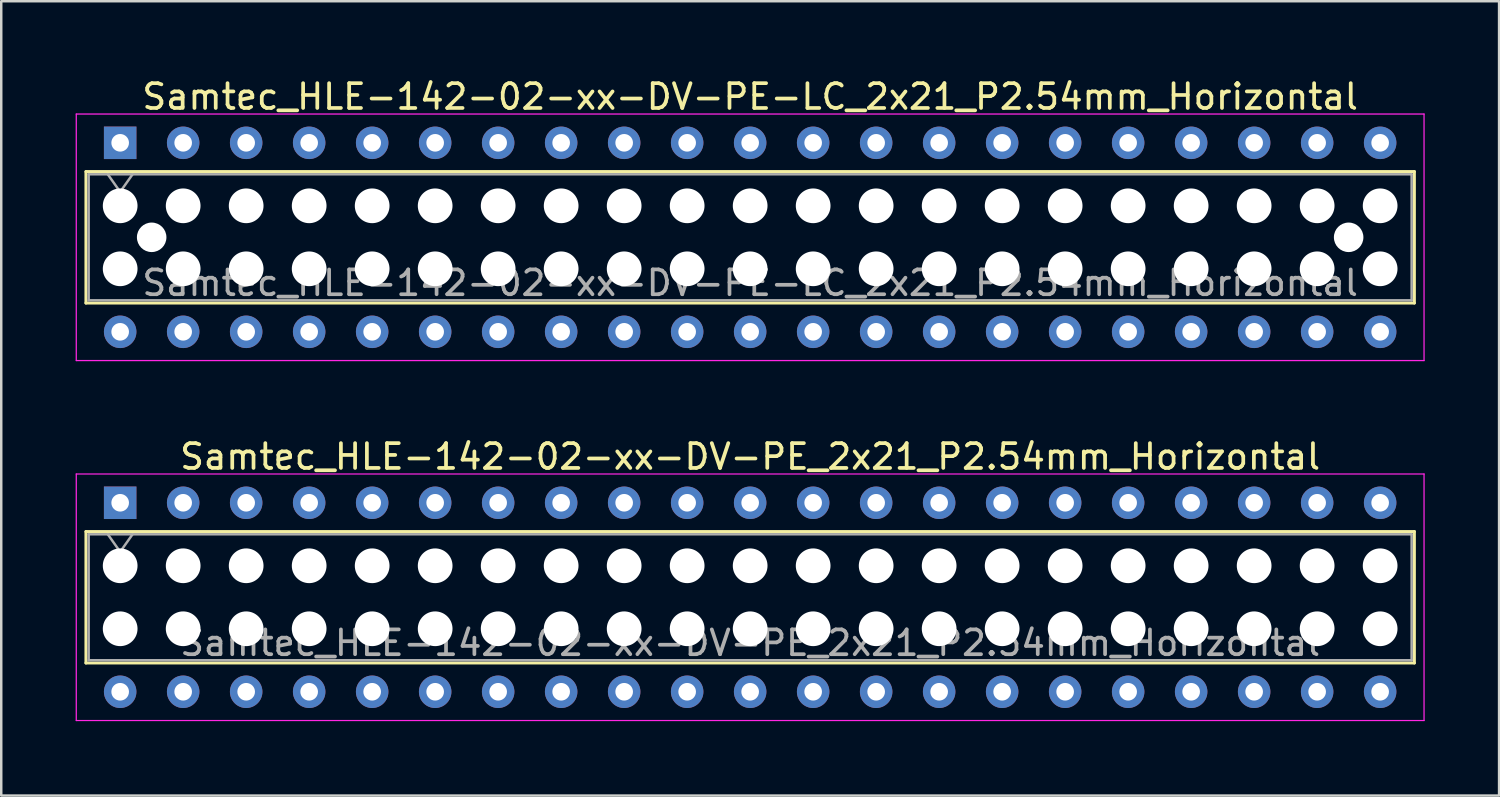
<source format=kicad_pcb>
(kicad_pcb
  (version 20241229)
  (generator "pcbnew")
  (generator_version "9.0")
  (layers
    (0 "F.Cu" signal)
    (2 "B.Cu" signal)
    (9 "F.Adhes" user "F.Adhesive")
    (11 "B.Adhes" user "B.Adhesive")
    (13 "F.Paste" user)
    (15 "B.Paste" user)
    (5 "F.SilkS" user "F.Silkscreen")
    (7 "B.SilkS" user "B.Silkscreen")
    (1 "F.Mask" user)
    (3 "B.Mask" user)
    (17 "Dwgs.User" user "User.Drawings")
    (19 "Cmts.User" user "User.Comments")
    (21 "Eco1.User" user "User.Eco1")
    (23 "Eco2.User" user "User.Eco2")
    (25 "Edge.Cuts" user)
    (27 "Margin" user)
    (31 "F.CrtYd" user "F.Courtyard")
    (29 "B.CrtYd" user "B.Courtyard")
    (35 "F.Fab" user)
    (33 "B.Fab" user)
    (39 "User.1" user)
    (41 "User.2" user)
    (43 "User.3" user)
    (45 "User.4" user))
  (footprint "Samtec_HLE-142-02-xx-DV-PE_2x21_P2.54mm_Horizontal"
    (layer "F.Cu")
    (at 1.795 17.221)
    (property "Reference" "Samtec_HLE-142-02-xx-DV-PE_2x21_P2.54mm_Horizontal" (at 25.4 -1.86 0) (layer "F.SilkS") (effects (font (size 1 1) (thickness 0.15))))
    (attr through_hole)
    (fp_line (start -1.38 1.16) (end 52.18 1.16) (stroke (width 0.12) (type solid)) (layer "F.SilkS"))
    (fp_line (start -1.38 6.46) (end -1.38 1.16) (stroke (width 0.12) (type solid)) (layer "F.SilkS"))
    (fp_line (start 52.18 1.16) (end 52.18 6.46) (stroke (width 0.12) (type solid)) (layer "F.SilkS"))
    (fp_line (start 52.18 6.46) (end -1.38 6.46) (stroke (width 0.12) (type solid)) (layer "F.SilkS"))
    (fp_line (start -1.77 -1.16) (end 52.57 -1.16) (stroke (width 0.05) (type solid)) (layer "F.CrtYd"))
    (fp_line (start -1.77 8.78) (end -1.77 -1.16) (stroke (width 0.05) (type solid)) (layer "F.CrtYd"))
    (fp_line (start 52.57 -1.16) (end 52.57 8.78) (stroke (width 0.05) (type solid)) (layer "F.CrtYd"))
    (fp_line (start 52.57 8.78) (end -1.77 8.78) (stroke (width 0.05) (type solid)) (layer "F.CrtYd"))
    (fp_line (start -1.27 1.27) (end 52.07 1.27) (stroke (width 0.1) (type solid)) (layer "F.Fab"))
    (fp_line (start -1.27 6.35) (end -1.27 1.27) (stroke (width 0.1) (type solid)) (layer "F.Fab"))
    (fp_line (start -0.5 1.27) (end 0 1.977) (stroke (width 0.1) (type solid)) (layer "F.Fab"))
    (fp_line (start 0 1.977) (end 0.5 1.27) (stroke (width 0.1) (type solid)) (layer "F.Fab"))
    (fp_line (start 52.07 1.27) (end 52.07 6.35) (stroke (width 0.1) (type solid)) (layer "F.Fab"))
    (fp_line (start 52.07 6.35) (end -1.27 6.35) (stroke (width 0.1) (type solid)) (layer "F.Fab"))
    (fp_text user "${REFERENCE}" (at 25.4 5.65 0) (layer "F.Fab") (effects (font (size 1 1) (thickness 0.15))))
    (pad "" np_thru_hole circle (at 0 2.54) (size 1.4 1.4) (drill 1.4) (layers "*.Cu" "*.Mask"))
    (pad "" np_thru_hole circle (at 0 5.08) (size 1.4 1.4) (drill 1.4) (layers "*.Cu" "*.Mask"))
    (pad "" np_thru_hole circle (at 2.54 2.54) (size 1.4 1.4) (drill 1.4) (layers "*.Cu" "*.Mask"))
    (pad "" np_thru_hole circle (at 2.54 5.08) (size 1.4 1.4) (drill 1.4) (layers "*.Cu" "*.Mask"))
    (pad "" np_thru_hole circle (at 5.08 2.54) (size 1.4 1.4) (drill 1.4) (layers "*.Cu" "*.Mask"))
    (pad "" np_thru_hole circle (at 5.08 5.08) (size 1.4 1.4) (drill 1.4) (layers "*.Cu" "*.Mask"))
    (pad "" np_thru_hole circle (at 7.62 2.54) (size 1.4 1.4) (drill 1.4) (layers "*.Cu" "*.Mask"))
    (pad "" np_thru_hole circle (at 7.62 5.08) (size 1.4 1.4) (drill 1.4) (layers "*.Cu" "*.Mask"))
    (pad "" np_thru_hole circle (at 10.16 2.54) (size 1.4 1.4) (drill 1.4) (layers "*.Cu" "*.Mask"))
    (pad "" np_thru_hole circle (at 10.16 5.08) (size 1.4 1.4) (drill 1.4) (layers "*.Cu" "*.Mask"))
    (pad "" np_thru_hole circle (at 12.7 2.54) (size 1.4 1.4) (drill 1.4) (layers "*.Cu" "*.Mask"))
    (pad "" np_thru_hole circle (at 12.7 5.08) (size 1.4 1.4) (drill 1.4) (layers "*.Cu" "*.Mask"))
    (pad "" np_thru_hole circle (at 15.24 2.54) (size 1.4 1.4) (drill 1.4) (layers "*.Cu" "*.Mask"))
    (pad "" np_thru_hole circle (at 15.24 5.08) (size 1.4 1.4) (drill 1.4) (layers "*.Cu" "*.Mask"))
    (pad "" np_thru_hole circle (at 17.78 2.54) (size 1.4 1.4) (drill 1.4) (layers "*.Cu" "*.Mask"))
    (pad "" np_thru_hole circle (at 17.78 5.08) (size 1.4 1.4) (drill 1.4) (layers "*.Cu" "*.Mask"))
    (pad "" np_thru_hole circle (at 20.32 2.54) (size 1.4 1.4) (drill 1.4) (layers "*.Cu" "*.Mask"))
    (pad "" np_thru_hole circle (at 20.32 5.08) (size 1.4 1.4) (drill 1.4) (layers "*.Cu" "*.Mask"))
    (pad "" np_thru_hole circle (at 22.86 2.54) (size 1.4 1.4) (drill 1.4) (layers "*.Cu" "*.Mask"))
    (pad "" np_thru_hole circle (at 22.86 5.08) (size 1.4 1.4) (drill 1.4) (layers "*.Cu" "*.Mask"))
    (pad "" np_thru_hole circle (at 25.4 2.54) (size 1.4 1.4) (drill 1.4) (layers "*.Cu" "*.Mask"))
    (pad "" np_thru_hole circle (at 25.4 5.08) (size 1.4 1.4) (drill 1.4) (layers "*.Cu" "*.Mask"))
    (pad "" np_thru_hole circle (at 27.94 2.54) (size 1.4 1.4) (drill 1.4) (layers "*.Cu" "*.Mask"))
    (pad "" np_thru_hole circle (at 27.94 5.08) (size 1.4 1.4) (drill 1.4) (layers "*.Cu" "*.Mask"))
    (pad "" np_thru_hole circle (at 30.48 2.54) (size 1.4 1.4) (drill 1.4) (layers "*.Cu" "*.Mask"))
    (pad "" np_thru_hole circle (at 30.48 5.08) (size 1.4 1.4) (drill 1.4) (layers "*.Cu" "*.Mask"))
    (pad "" np_thru_hole circle (at 33.02 2.54) (size 1.4 1.4) (drill 1.4) (layers "*.Cu" "*.Mask"))
    (pad "" np_thru_hole circle (at 33.02 5.08) (size 1.4 1.4) (drill 1.4) (layers "*.Cu" "*.Mask"))
    (pad "" np_thru_hole circle (at 35.56 2.54) (size 1.4 1.4) (drill 1.4) (layers "*.Cu" "*.Mask"))
    (pad "" np_thru_hole circle (at 35.56 5.08) (size 1.4 1.4) (drill 1.4) (layers "*.Cu" "*.Mask"))
    (pad "" np_thru_hole circle (at 38.1 2.54) (size 1.4 1.4) (drill 1.4) (layers "*.Cu" "*.Mask"))
    (pad "" np_thru_hole circle (at 38.1 5.08) (size 1.4 1.4) (drill 1.4) (layers "*.Cu" "*.Mask"))
    (pad "" np_thru_hole circle (at 40.64 2.54) (size 1.4 1.4) (drill 1.4) (layers "*.Cu" "*.Mask"))
    (pad "" np_thru_hole circle (at 40.64 5.08) (size 1.4 1.4) (drill 1.4) (layers "*.Cu" "*.Mask"))
    (pad "" np_thru_hole circle (at 43.18 2.54) (size 1.4 1.4) (drill 1.4) (layers "*.Cu" "*.Mask"))
    (pad "" np_thru_hole circle (at 43.18 5.08) (size 1.4 1.4) (drill 1.4) (layers "*.Cu" "*.Mask"))
    (pad "" np_thru_hole circle (at 45.72 2.54) (size 1.4 1.4) (drill 1.4) (layers "*.Cu" "*.Mask"))
    (pad "" np_thru_hole circle (at 45.72 5.08) (size 1.4 1.4) (drill 1.4) (layers "*.Cu" "*.Mask"))
    (pad "" np_thru_hole circle (at 48.26 2.54) (size 1.4 1.4) (drill 1.4) (layers "*.Cu" "*.Mask"))
    (pad "" np_thru_hole circle (at 48.26 5.08) (size 1.4 1.4) (drill 1.4) (layers "*.Cu" "*.Mask"))
    (pad "" np_thru_hole circle (at 50.8 2.54) (size 1.4 1.4) (drill 1.4) (layers "*.Cu" "*.Mask"))
    (pad "" np_thru_hole circle (at 50.8 5.08) (size 1.4 1.4) (drill 1.4) (layers "*.Cu" "*.Mask"))
    (pad "1" thru_hole rect (at 0 0) (size 1.31 1.31) (drill 0.71) (layers "*.Cu" "*.Mask"))
    (pad "2" thru_hole circle (at 0 7.62) (size 1.31 1.31) (drill 0.71) (layers "*.Cu" "*.Mask"))
    (pad "3" thru_hole circle (at 2.54 0) (size 1.31 1.31) (drill 0.71) (layers "*.Cu" "*.Mask"))
    (pad "4" thru_hole circle (at 2.54 7.62) (size 1.31 1.31) (drill 0.71) (layers "*.Cu" "*.Mask"))
    (pad "5" thru_hole circle (at 5.08 0) (size 1.31 1.31) (drill 0.71) (layers "*.Cu" "*.Mask"))
    (pad "6" thru_hole circle (at 5.08 7.62) (size 1.31 1.31) (drill 0.71) (layers "*.Cu" "*.Mask"))
    (pad "7" thru_hole circle (at 7.62 0) (size 1.31 1.31) (drill 0.71) (layers "*.Cu" "*.Mask"))
    (pad "8" thru_hole circle (at 7.62 7.62) (size 1.31 1.31) (drill 0.71) (layers "*.Cu" "*.Mask"))
    (pad "9" thru_hole circle (at 10.16 0) (size 1.31 1.31) (drill 0.71) (layers "*.Cu" "*.Mask"))
    (pad "10" thru_hole circle (at 10.16 7.62) (size 1.31 1.31) (drill 0.71) (layers "*.Cu" "*.Mask"))
    (pad "11" thru_hole circle (at 12.7 0) (size 1.31 1.31) (drill 0.71) (layers "*.Cu" "*.Mask"))
    (pad "12" thru_hole circle (at 12.7 7.62) (size 1.31 1.31) (drill 0.71) (layers "*.Cu" "*.Mask"))
    (pad "13" thru_hole circle (at 15.24 0) (size 1.31 1.31) (drill 0.71) (layers "*.Cu" "*.Mask"))
    (pad "14" thru_hole circle (at 15.24 7.62) (size 1.31 1.31) (drill 0.71) (layers "*.Cu" "*.Mask"))
    (pad "15" thru_hole circle (at 17.78 0) (size 1.31 1.31) (drill 0.71) (layers "*.Cu" "*.Mask"))
    (pad "16" thru_hole circle (at 17.78 7.62) (size 1.31 1.31) (drill 0.71) (layers "*.Cu" "*.Mask"))
    (pad "17" thru_hole circle (at 20.32 0) (size 1.31 1.31) (drill 0.71) (layers "*.Cu" "*.Mask"))
    (pad "18" thru_hole circle (at 20.32 7.62) (size 1.31 1.31) (drill 0.71) (layers "*.Cu" "*.Mask"))
    (pad "19" thru_hole circle (at 22.86 0) (size 1.31 1.31) (drill 0.71) (layers "*.Cu" "*.Mask"))
    (pad "20" thru_hole circle (at 22.86 7.62) (size 1.31 1.31) (drill 0.71) (layers "*.Cu" "*.Mask"))
    (pad "21" thru_hole circle (at 25.4 0) (size 1.31 1.31) (drill 0.71) (layers "*.Cu" "*.Mask"))
    (pad "22" thru_hole circle (at 25.4 7.62) (size 1.31 1.31) (drill 0.71) (layers "*.Cu" "*.Mask"))
    (pad "23" thru_hole circle (at 27.94 0) (size 1.31 1.31) (drill 0.71) (layers "*.Cu" "*.Mask"))
    (pad "24" thru_hole circle (at 27.94 7.62) (size 1.31 1.31) (drill 0.71) (layers "*.Cu" "*.Mask"))
    (pad "25" thru_hole circle (at 30.48 0) (size 1.31 1.31) (drill 0.71) (layers "*.Cu" "*.Mask"))
    (pad "26" thru_hole circle (at 30.48 7.62) (size 1.31 1.31) (drill 0.71) (layers "*.Cu" "*.Mask"))
    (pad "27" thru_hole circle (at 33.02 0) (size 1.31 1.31) (drill 0.71) (layers "*.Cu" "*.Mask"))
    (pad "28" thru_hole circle (at 33.02 7.62) (size 1.31 1.31) (drill 0.71) (layers "*.Cu" "*.Mask"))
    (pad "29" thru_hole circle (at 35.56 0) (size 1.31 1.31) (drill 0.71) (layers "*.Cu" "*.Mask"))
    (pad "30" thru_hole circle (at 35.56 7.62) (size 1.31 1.31) (drill 0.71) (layers "*.Cu" "*.Mask"))
    (pad "31" thru_hole circle (at 38.1 0) (size 1.31 1.31) (drill 0.71) (layers "*.Cu" "*.Mask"))
    (pad "32" thru_hole circle (at 38.1 7.62) (size 1.31 1.31) (drill 0.71) (layers "*.Cu" "*.Mask"))
    (pad "33" thru_hole circle (at 40.64 0) (size 1.31 1.31) (drill 0.71) (layers "*.Cu" "*.Mask"))
    (pad "34" thru_hole circle (at 40.64 7.62) (size 1.31 1.31) (drill 0.71) (layers "*.Cu" "*.Mask"))
    (pad "35" thru_hole circle (at 43.18 0) (size 1.31 1.31) (drill 0.71) (layers "*.Cu" "*.Mask"))
    (pad "36" thru_hole circle (at 43.18 7.62) (size 1.31 1.31) (drill 0.71) (layers "*.Cu" "*.Mask"))
    (pad "37" thru_hole circle (at 45.72 0) (size 1.31 1.31) (drill 0.71) (layers "*.Cu" "*.Mask"))
    (pad "38" thru_hole circle (at 45.72 7.62) (size 1.31 1.31) (drill 0.71) (layers "*.Cu" "*.Mask"))
    (pad "39" thru_hole circle (at 48.26 0) (size 1.31 1.31) (drill 0.71) (layers "*.Cu" "*.Mask"))
    (pad "40" thru_hole circle (at 48.26 7.62) (size 1.31 1.31) (drill 0.71) (layers "*.Cu" "*.Mask"))
    (pad "41" thru_hole circle (at 50.8 0) (size 1.31 1.31) (drill 0.71) (layers "*.Cu" "*.Mask"))
    (pad "42" thru_hole circle (at 50.8 7.62) (size 1.31 1.31) (drill 0.71) (layers "*.Cu" "*.Mask")))
  (footprint "Samtec_HLE-142-02-xx-DV-PE-LC_2x21_P2.54mm_Horizontal"
    (layer "F.Cu")
    (at 1.795 2.708)
    (property "Reference" "Samtec_HLE-142-02-xx-DV-PE-LC_2x21_P2.54mm_Horizontal" (at 25.4 -1.86 0) (layer "F.SilkS") (effects (font (size 1 1) (thickness 0.15))))
    (attr through_hole)
    (fp_line (start -1.38 1.16) (end 52.18 1.16) (stroke (width 0.12) (type solid)) (layer "F.SilkS"))
    (fp_line (start -1.38 6.46) (end -1.38 1.16) (stroke (width 0.12) (type solid)) (layer "F.SilkS"))
    (fp_line (start 52.18 1.16) (end 52.18 6.46) (stroke (width 0.12) (type solid)) (layer "F.SilkS"))
    (fp_line (start 52.18 6.46) (end -1.38 6.46) (stroke (width 0.12) (type solid)) (layer "F.SilkS"))
    (fp_line (start -1.77 -1.16) (end 52.57 -1.16) (stroke (width 0.05) (type solid)) (layer "F.CrtYd"))
    (fp_line (start -1.77 8.78) (end -1.77 -1.16) (stroke (width 0.05) (type solid)) (layer "F.CrtYd"))
    (fp_line (start 52.57 -1.16) (end 52.57 8.78) (stroke (width 0.05) (type solid)) (layer "F.CrtYd"))
    (fp_line (start 52.57 8.78) (end -1.77 8.78) (stroke (width 0.05) (type solid)) (layer "F.CrtYd"))
    (fp_line (start -1.27 1.27) (end 52.07 1.27) (stroke (width 0.1) (type solid)) (layer "F.Fab"))
    (fp_line (start -1.27 6.35) (end -1.27 1.27) (stroke (width 0.1) (type solid)) (layer "F.Fab"))
    (fp_line (start -0.5 1.27) (end 0 1.977) (stroke (width 0.1) (type solid)) (layer "F.Fab"))
    (fp_line (start 0 1.977) (end 0.5 1.27) (stroke (width 0.1) (type solid)) (layer "F.Fab"))
    (fp_line (start 52.07 1.27) (end 52.07 6.35) (stroke (width 0.1) (type solid)) (layer "F.Fab"))
    (fp_line (start 52.07 6.35) (end -1.27 6.35) (stroke (width 0.1) (type solid)) (layer "F.Fab"))
    (fp_text user "${REFERENCE}" (at 25.4 5.65 0) (layer "F.Fab") (effects (font (size 1 1) (thickness 0.15))))
    (pad "" np_thru_hole circle (at 0 2.54) (size 1.4 1.4) (drill 1.4) (layers "*.Cu" "*.Mask"))
    (pad "" np_thru_hole circle (at 0 5.08) (size 1.4 1.4) (drill 1.4) (layers "*.Cu" "*.Mask"))
    (pad "" np_thru_hole circle (at 1.27 3.81) (size 1.19 1.19) (drill 1.19) (layers "*.Cu" "*.Mask"))
    (pad "" np_thru_hole circle (at 2.54 2.54) (size 1.4 1.4) (drill 1.4) (layers "*.Cu" "*.Mask"))
    (pad "" np_thru_hole circle (at 2.54 5.08) (size 1.4 1.4) (drill 1.4) (layers "*.Cu" "*.Mask"))
    (pad "" np_thru_hole circle (at 5.08 2.54) (size 1.4 1.4) (drill 1.4) (layers "*.Cu" "*.Mask"))
    (pad "" np_thru_hole circle (at 5.08 5.08) (size 1.4 1.4) (drill 1.4) (layers "*.Cu" "*.Mask"))
    (pad "" np_thru_hole circle (at 7.62 2.54) (size 1.4 1.4) (drill 1.4) (layers "*.Cu" "*.Mask"))
    (pad "" np_thru_hole circle (at 7.62 5.08) (size 1.4 1.4) (drill 1.4) (layers "*.Cu" "*.Mask"))
    (pad "" np_thru_hole circle (at 10.16 2.54) (size 1.4 1.4) (drill 1.4) (layers "*.Cu" "*.Mask"))
    (pad "" np_thru_hole circle (at 10.16 5.08) (size 1.4 1.4) (drill 1.4) (layers "*.Cu" "*.Mask"))
    (pad "" np_thru_hole circle (at 12.7 2.54) (size 1.4 1.4) (drill 1.4) (layers "*.Cu" "*.Mask"))
    (pad "" np_thru_hole circle (at 12.7 5.08) (size 1.4 1.4) (drill 1.4) (layers "*.Cu" "*.Mask"))
    (pad "" np_thru_hole circle (at 15.24 2.54) (size 1.4 1.4) (drill 1.4) (layers "*.Cu" "*.Mask"))
    (pad "" np_thru_hole circle (at 15.24 5.08) (size 1.4 1.4) (drill 1.4) (layers "*.Cu" "*.Mask"))
    (pad "" np_thru_hole circle (at 17.78 2.54) (size 1.4 1.4) (drill 1.4) (layers "*.Cu" "*.Mask"))
    (pad "" np_thru_hole circle (at 17.78 5.08) (size 1.4 1.4) (drill 1.4) (layers "*.Cu" "*.Mask"))
    (pad "" np_thru_hole circle (at 20.32 2.54) (size 1.4 1.4) (drill 1.4) (layers "*.Cu" "*.Mask"))
    (pad "" np_thru_hole circle (at 20.32 5.08) (size 1.4 1.4) (drill 1.4) (layers "*.Cu" "*.Mask"))
    (pad "" np_thru_hole circle (at 22.86 2.54) (size 1.4 1.4) (drill 1.4) (layers "*.Cu" "*.Mask"))
    (pad "" np_thru_hole circle (at 22.86 5.08) (size 1.4 1.4) (drill 1.4) (layers "*.Cu" "*.Mask"))
    (pad "" np_thru_hole circle (at 25.4 2.54) (size 1.4 1.4) (drill 1.4) (layers "*.Cu" "*.Mask"))
    (pad "" np_thru_hole circle (at 25.4 5.08) (size 1.4 1.4) (drill 1.4) (layers "*.Cu" "*.Mask"))
    (pad "" np_thru_hole circle (at 27.94 2.54) (size 1.4 1.4) (drill 1.4) (layers "*.Cu" "*.Mask"))
    (pad "" np_thru_hole circle (at 27.94 5.08) (size 1.4 1.4) (drill 1.4) (layers "*.Cu" "*.Mask"))
    (pad "" np_thru_hole circle (at 30.48 2.54) (size 1.4 1.4) (drill 1.4) (layers "*.Cu" "*.Mask"))
    (pad "" np_thru_hole circle (at 30.48 5.08) (size 1.4 1.4) (drill 1.4) (layers "*.Cu" "*.Mask"))
    (pad "" np_thru_hole circle (at 33.02 2.54) (size 1.4 1.4) (drill 1.4) (layers "*.Cu" "*.Mask"))
    (pad "" np_thru_hole circle (at 33.02 5.08) (size 1.4 1.4) (drill 1.4) (layers "*.Cu" "*.Mask"))
    (pad "" np_thru_hole circle (at 35.56 2.54) (size 1.4 1.4) (drill 1.4) (layers "*.Cu" "*.Mask"))
    (pad "" np_thru_hole circle (at 35.56 5.08) (size 1.4 1.4) (drill 1.4) (layers "*.Cu" "*.Mask"))
    (pad "" np_thru_hole circle (at 38.1 2.54) (size 1.4 1.4) (drill 1.4) (layers "*.Cu" "*.Mask"))
    (pad "" np_thru_hole circle (at 38.1 5.08) (size 1.4 1.4) (drill 1.4) (layers "*.Cu" "*.Mask"))
    (pad "" np_thru_hole circle (at 40.64 2.54) (size 1.4 1.4) (drill 1.4) (layers "*.Cu" "*.Mask"))
    (pad "" np_thru_hole circle (at 40.64 5.08) (size 1.4 1.4) (drill 1.4) (layers "*.Cu" "*.Mask"))
    (pad "" np_thru_hole circle (at 43.18 2.54) (size 1.4 1.4) (drill 1.4) (layers "*.Cu" "*.Mask"))
    (pad "" np_thru_hole circle (at 43.18 5.08) (size 1.4 1.4) (drill 1.4) (layers "*.Cu" "*.Mask"))
    (pad "" np_thru_hole circle (at 45.72 2.54) (size 1.4 1.4) (drill 1.4) (layers "*.Cu" "*.Mask"))
    (pad "" np_thru_hole circle (at 45.72 5.08) (size 1.4 1.4) (drill 1.4) (layers "*.Cu" "*.Mask"))
    (pad "" np_thru_hole circle (at 48.26 2.54) (size 1.4 1.4) (drill 1.4) (layers "*.Cu" "*.Mask"))
    (pad "" np_thru_hole circle (at 48.26 5.08) (size 1.4 1.4) (drill 1.4) (layers "*.Cu" "*.Mask"))
    (pad "" np_thru_hole circle (at 49.53 3.81) (size 1.19 1.19) (drill 1.19) (layers "*.Cu" "*.Mask"))
    (pad "" np_thru_hole circle (at 50.8 2.54) (size 1.4 1.4) (drill 1.4) (layers "*.Cu" "*.Mask"))
    (pad "" np_thru_hole circle (at 50.8 5.08) (size 1.4 1.4) (drill 1.4) (layers "*.Cu" "*.Mask"))
    (pad "1" thru_hole rect (at 0 0) (size 1.31 1.31) (drill 0.71) (layers "*.Cu" "*.Mask"))
    (pad "2" thru_hole circle (at 0 7.62) (size 1.31 1.31) (drill 0.71) (layers "*.Cu" "*.Mask"))
    (pad "3" thru_hole circle (at 2.54 0) (size 1.31 1.31) (drill 0.71) (layers "*.Cu" "*.Mask"))
    (pad "4" thru_hole circle (at 2.54 7.62) (size 1.31 1.31) (drill 0.71) (layers "*.Cu" "*.Mask"))
    (pad "5" thru_hole circle (at 5.08 0) (size 1.31 1.31) (drill 0.71) (layers "*.Cu" "*.Mask"))
    (pad "6" thru_hole circle (at 5.08 7.62) (size 1.31 1.31) (drill 0.71) (layers "*.Cu" "*.Mask"))
    (pad "7" thru_hole circle (at 7.62 0) (size 1.31 1.31) (drill 0.71) (layers "*.Cu" "*.Mask"))
    (pad "8" thru_hole circle (at 7.62 7.62) (size 1.31 1.31) (drill 0.71) (layers "*.Cu" "*.Mask"))
    (pad "9" thru_hole circle (at 10.16 0) (size 1.31 1.31) (drill 0.71) (layers "*.Cu" "*.Mask"))
    (pad "10" thru_hole circle (at 10.16 7.62) (size 1.31 1.31) (drill 0.71) (layers "*.Cu" "*.Mask"))
    (pad "11" thru_hole circle (at 12.7 0) (size 1.31 1.31) (drill 0.71) (layers "*.Cu" "*.Mask"))
    (pad "12" thru_hole circle (at 12.7 7.62) (size 1.31 1.31) (drill 0.71) (layers "*.Cu" "*.Mask"))
    (pad "13" thru_hole circle (at 15.24 0) (size 1.31 1.31) (drill 0.71) (layers "*.Cu" "*.Mask"))
    (pad "14" thru_hole circle (at 15.24 7.62) (size 1.31 1.31) (drill 0.71) (layers "*.Cu" "*.Mask"))
    (pad "15" thru_hole circle (at 17.78 0) (size 1.31 1.31) (drill 0.71) (layers "*.Cu" "*.Mask"))
    (pad "16" thru_hole circle (at 17.78 7.62) (size 1.31 1.31) (drill 0.71) (layers "*.Cu" "*.Mask"))
    (pad "17" thru_hole circle (at 20.32 0) (size 1.31 1.31) (drill 0.71) (layers "*.Cu" "*.Mask"))
    (pad "18" thru_hole circle (at 20.32 7.62) (size 1.31 1.31) (drill 0.71) (layers "*.Cu" "*.Mask"))
    (pad "19" thru_hole circle (at 22.86 0) (size 1.31 1.31) (drill 0.71) (layers "*.Cu" "*.Mask"))
    (pad "20" thru_hole circle (at 22.86 7.62) (size 1.31 1.31) (drill 0.71) (layers "*.Cu" "*.Mask"))
    (pad "21" thru_hole circle (at 25.4 0) (size 1.31 1.31) (drill 0.71) (layers "*.Cu" "*.Mask"))
    (pad "22" thru_hole circle (at 25.4 7.62) (size 1.31 1.31) (drill 0.71) (layers "*.Cu" "*.Mask"))
    (pad "23" thru_hole circle (at 27.94 0) (size 1.31 1.31) (drill 0.71) (layers "*.Cu" "*.Mask"))
    (pad "24" thru_hole circle (at 27.94 7.62) (size 1.31 1.31) (drill 0.71) (layers "*.Cu" "*.Mask"))
    (pad "25" thru_hole circle (at 30.48 0) (size 1.31 1.31) (drill 0.71) (layers "*.Cu" "*.Mask"))
    (pad "26" thru_hole circle (at 30.48 7.62) (size 1.31 1.31) (drill 0.71) (layers "*.Cu" "*.Mask"))
    (pad "27" thru_hole circle (at 33.02 0) (size 1.31 1.31) (drill 0.71) (layers "*.Cu" "*.Mask"))
    (pad "28" thru_hole circle (at 33.02 7.62) (size 1.31 1.31) (drill 0.71) (layers "*.Cu" "*.Mask"))
    (pad "29" thru_hole circle (at 35.56 0) (size 1.31 1.31) (drill 0.71) (layers "*.Cu" "*.Mask"))
    (pad "30" thru_hole circle (at 35.56 7.62) (size 1.31 1.31) (drill 0.71) (layers "*.Cu" "*.Mask"))
    (pad "31" thru_hole circle (at 38.1 0) (size 1.31 1.31) (drill 0.71) (layers "*.Cu" "*.Mask"))
    (pad "32" thru_hole circle (at 38.1 7.62) (size 1.31 1.31) (drill 0.71) (layers "*.Cu" "*.Mask"))
    (pad "33" thru_hole circle (at 40.64 0) (size 1.31 1.31) (drill 0.71) (layers "*.Cu" "*.Mask"))
    (pad "34" thru_hole circle (at 40.64 7.62) (size 1.31 1.31) (drill 0.71) (layers "*.Cu" "*.Mask"))
    (pad "35" thru_hole circle (at 43.18 0) (size 1.31 1.31) (drill 0.71) (layers "*.Cu" "*.Mask"))
    (pad "36" thru_hole circle (at 43.18 7.62) (size 1.31 1.31) (drill 0.71) (layers "*.Cu" "*.Mask"))
    (pad "37" thru_hole circle (at 45.72 0) (size 1.31 1.31) (drill 0.71) (layers "*.Cu" "*.Mask"))
    (pad "38" thru_hole circle (at 45.72 7.62) (size 1.31 1.31) (drill 0.71) (layers "*.Cu" "*.Mask"))
    (pad "39" thru_hole circle (at 48.26 0) (size 1.31 1.31) (drill 0.71) (layers "*.Cu" "*.Mask"))
    (pad "40" thru_hole circle (at 48.26 7.62) (size 1.31 1.31) (drill 0.71) (layers "*.Cu" "*.Mask"))
    (pad "41" thru_hole circle (at 50.8 0) (size 1.31 1.31) (drill 0.71) (layers "*.Cu" "*.Mask"))
    (pad "42" thru_hole circle (at 50.8 7.62) (size 1.31 1.31) (drill 0.71) (layers "*.Cu" "*.Mask")))
  (gr_rect
    (start -3 -3)
    (end 57.39 29.026)
    (stroke (width 0.1) (type default))
    (fill no)
    (layer "Edge.Cuts")))
</source>
